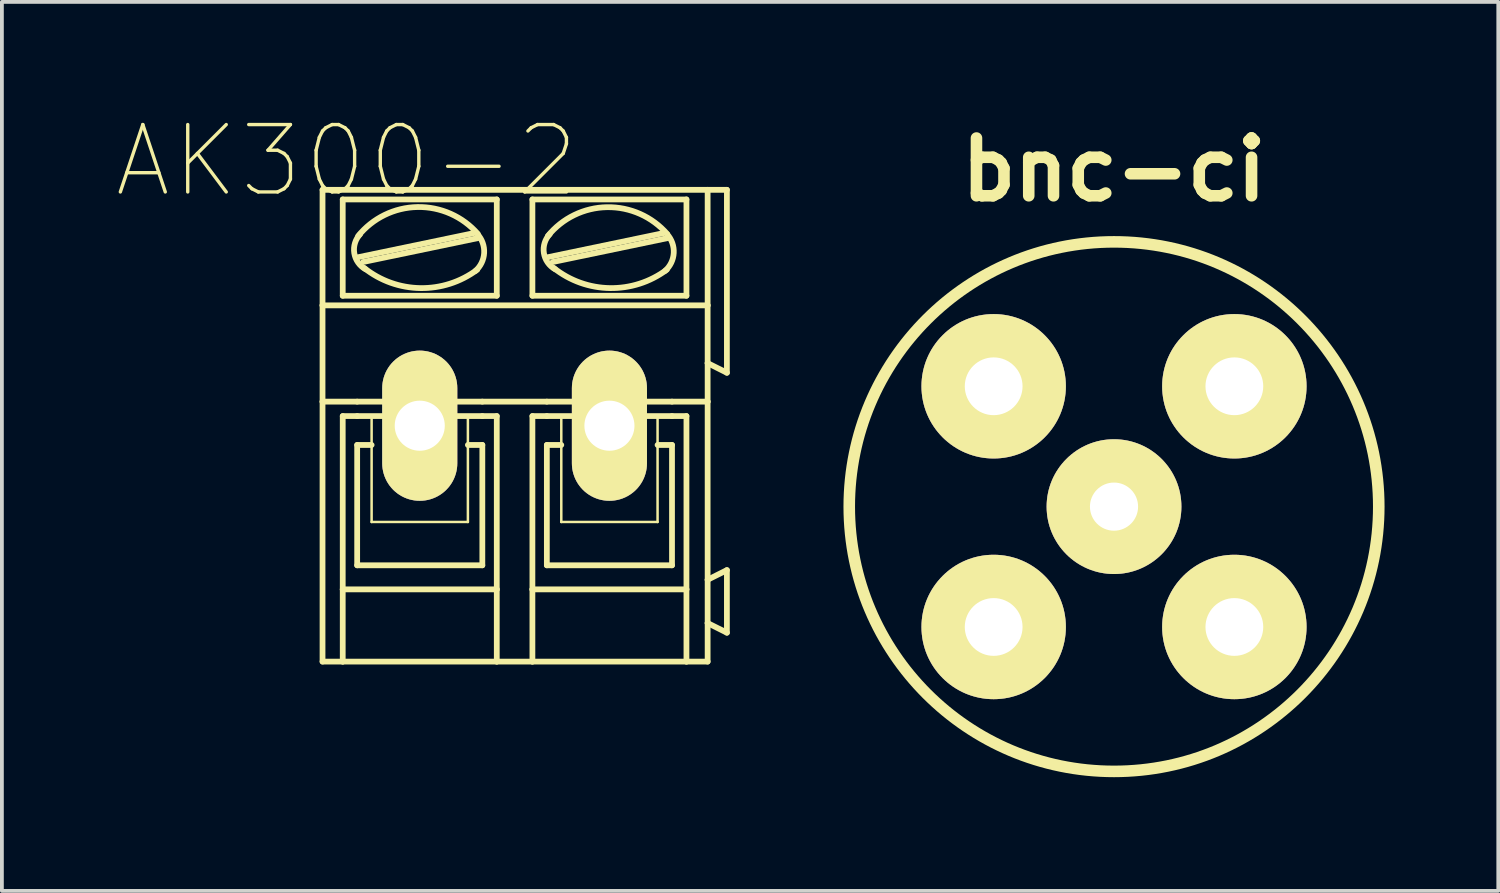
<source format=kicad_pcb>
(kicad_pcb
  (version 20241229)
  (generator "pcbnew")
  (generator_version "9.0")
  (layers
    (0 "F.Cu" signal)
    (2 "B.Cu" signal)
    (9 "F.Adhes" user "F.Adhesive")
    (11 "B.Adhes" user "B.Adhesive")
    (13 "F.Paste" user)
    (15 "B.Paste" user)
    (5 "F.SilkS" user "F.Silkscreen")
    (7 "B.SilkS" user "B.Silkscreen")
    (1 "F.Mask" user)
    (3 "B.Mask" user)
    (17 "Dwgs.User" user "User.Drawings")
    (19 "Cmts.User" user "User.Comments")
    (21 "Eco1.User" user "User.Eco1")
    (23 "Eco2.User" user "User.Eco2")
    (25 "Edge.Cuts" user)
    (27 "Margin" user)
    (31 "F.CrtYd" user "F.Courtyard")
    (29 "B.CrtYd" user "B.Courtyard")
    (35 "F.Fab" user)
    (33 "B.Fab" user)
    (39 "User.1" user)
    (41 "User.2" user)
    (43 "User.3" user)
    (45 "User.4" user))
  (footprint "AK300-2"
    (layer "F.Cu")
    (at 10.539 8.181)
    (property "Reference" "AK300-2" (at -4.445 -6.985 0) (layer "F.SilkS") (effects (font (size 1.778 1.778) (thickness 0.089))))
    (attr exclude_from_pos_files exclude_from_bom)
    (fp_line (start -5.08 -3.175) (end -5.08 -6.223) (stroke (width 0.152) (type solid)) (layer "F.SilkS"))
    (fp_line (start -5.08 -3.175) (end 5.08 -3.175) (stroke (width 0.152) (type solid)) (layer "F.SilkS"))
    (fp_line (start -5.08 -0.635) (end -5.08 -3.175) (stroke (width 0.152) (type solid)) (layer "F.SilkS"))
    (fp_line (start -5.08 -0.635) (end -4.166 -0.635) (stroke (width 0.152) (type solid)) (layer "F.SilkS"))
    (fp_line (start -5.08 6.223) (end -5.08 -0.635) (stroke (width 0.152) (type solid)) (layer "F.SilkS"))
    (fp_line (start -5.08 6.223) (end -4.547 6.223) (stroke (width 0.152) (type solid)) (layer "F.SilkS"))
    (fp_line (start -4.547 -3.429) (end -4.547 -5.969) (stroke (width 0.152) (type solid)) (layer "F.SilkS"))
    (fp_line (start -4.547 -0.254) (end -4.547 4.318) (stroke (width 0.152) (type solid)) (layer "F.SilkS"))
    (fp_line (start -4.547 -0.254) (end -4.166 -0.254) (stroke (width 0.152) (type solid)) (layer "F.SilkS"))
    (fp_line (start -4.547 4.318) (end -4.547 6.223) (stroke (width 0.152) (type solid)) (layer "F.SilkS"))
    (fp_line (start -4.547 6.223) (end -0.483 6.223) (stroke (width 0.152) (type solid)) (layer "F.SilkS"))
    (fp_line (start -4.166 -0.635) (end -0.864 -0.635) (stroke (width 0.152) (type solid)) (layer "F.SilkS"))
    (fp_line (start -4.166 0.508) (end -3.785 0.508) (stroke (width 0.152) (type solid)) (layer "F.SilkS"))
    (fp_line (start -4.166 3.683) (end -4.166 0.508) (stroke (width 0.152) (type solid)) (layer "F.SilkS"))
    (fp_line (start -4.14 -4.445) (end -1.09 -5.08) (stroke (width 0.152) (type solid)) (layer "F.SilkS"))
    (fp_line (start -4.013 -4.318) (end -0.965 -4.953) (stroke (width 0.152) (type solid)) (layer "F.SilkS"))
    (fp_line (start -3.785 -0.254) (end -1.245 -0.254) (stroke (width 0.066) (type solid)) (layer "F.SilkS"))
    (fp_line (start -3.785 2.54) (end -3.785 -0.254) (stroke (width 0.066) (type solid)) (layer "F.SilkS"))
    (fp_line (start -3.785 2.54) (end -1.245 2.54) (stroke (width 0.066) (type solid)) (layer "F.SilkS"))
    (fp_line (start -1.245 2.54) (end -1.245 -0.254) (stroke (width 0.066) (type solid)) (layer "F.SilkS"))
    (fp_line (start -0.864 -0.635) (end 0.838 -0.635) (stroke (width 0.152) (type solid)) (layer "F.SilkS"))
    (fp_line (start -0.864 -0.254) (end -4.166 -0.254) (stroke (width 0.152) (type solid)) (layer "F.SilkS"))
    (fp_line (start -0.864 0.508) (end -1.245 0.508) (stroke (width 0.152) (type solid)) (layer "F.SilkS"))
    (fp_line (start -0.864 3.683) (end -4.166 3.683) (stroke (width 0.152) (type solid)) (layer "F.SilkS"))
    (fp_line (start -0.864 3.683) (end -0.864 0.508) (stroke (width 0.152) (type solid)) (layer "F.SilkS"))
    (fp_line (start -0.483 -5.969) (end -4.547 -5.969) (stroke (width 0.152) (type solid)) (layer "F.SilkS"))
    (fp_line (start -0.483 -3.429) (end -4.547 -3.429) (stroke (width 0.152) (type solid)) (layer "F.SilkS"))
    (fp_line (start -0.483 -3.429) (end -0.483 -5.969) (stroke (width 0.152) (type solid)) (layer "F.SilkS"))
    (fp_line (start -0.483 -0.254) (end -0.864 -0.254) (stroke (width 0.152) (type solid)) (layer "F.SilkS"))
    (fp_line (start -0.483 4.318) (end -4.547 4.318) (stroke (width 0.152) (type solid)) (layer "F.SilkS"))
    (fp_line (start -0.483 4.318) (end -0.483 -0.254) (stroke (width 0.152) (type solid)) (layer "F.SilkS"))
    (fp_line (start -0.483 6.223) (end -0.483 4.318) (stroke (width 0.152) (type solid)) (layer "F.SilkS"))
    (fp_line (start -0.483 6.223) (end 0.457 6.223) (stroke (width 0.152) (type solid)) (layer "F.SilkS"))
    (fp_line (start 0.457 -5.969) (end 4.521 -5.969) (stroke (width 0.152) (type solid)) (layer "F.SilkS"))
    (fp_line (start 0.457 -3.429) (end 0.457 -5.969) (stroke (width 0.152) (type solid)) (layer "F.SilkS"))
    (fp_line (start 0.457 -0.254) (end 0.838 -0.254) (stroke (width 0.152) (type solid)) (layer "F.SilkS"))
    (fp_line (start 0.457 4.318) (end 0.457 -0.254) (stroke (width 0.152) (type solid)) (layer "F.SilkS"))
    (fp_line (start 0.457 4.318) (end 4.521 4.318) (stroke (width 0.152) (type solid)) (layer "F.SilkS"))
    (fp_line (start 0.457 6.223) (end 0.457 4.318) (stroke (width 0.152) (type solid)) (layer "F.SilkS"))
    (fp_line (start 0.457 6.223) (end 4.521 6.223) (stroke (width 0.152) (type solid)) (layer "F.SilkS"))
    (fp_line (start 0.838 -0.254) (end 4.14 -0.254) (stroke (width 0.152) (type solid)) (layer "F.SilkS"))
    (fp_line (start 0.838 0.508) (end 1.219 0.508) (stroke (width 0.152) (type solid)) (layer "F.SilkS"))
    (fp_line (start 0.838 3.683) (end 0.838 0.508) (stroke (width 0.152) (type solid)) (layer "F.SilkS"))
    (fp_line (start 0.864 -4.445) (end 3.912 -5.08) (stroke (width 0.152) (type solid)) (layer "F.SilkS"))
    (fp_line (start 0.991 -4.318) (end 4.039 -4.953) (stroke (width 0.152) (type solid)) (layer "F.SilkS"))
    (fp_line (start 1.219 -0.254) (end 3.759 -0.254) (stroke (width 0.066) (type solid)) (layer "F.SilkS"))
    (fp_line (start 1.219 2.54) (end 1.219 -0.254) (stroke (width 0.066) (type solid)) (layer "F.SilkS"))
    (fp_line (start 1.219 2.54) (end 3.759 2.54) (stroke (width 0.066) (type solid)) (layer "F.SilkS"))
    (fp_line (start 3.759 2.54) (end 3.759 -0.254) (stroke (width 0.066) (type solid)) (layer "F.SilkS"))
    (fp_line (start 4.14 -0.635) (end 0.838 -0.635) (stroke (width 0.152) (type solid)) (layer "F.SilkS"))
    (fp_line (start 4.14 0.508) (end 3.759 0.508) (stroke (width 0.152) (type solid)) (layer "F.SilkS"))
    (fp_line (start 4.14 3.683) (end 0.838 3.683) (stroke (width 0.152) (type solid)) (layer "F.SilkS"))
    (fp_line (start 4.14 3.683) (end 4.14 0.508) (stroke (width 0.152) (type solid)) (layer "F.SilkS"))
    (fp_line (start 4.521 -5.969) (end 4.521 -3.429) (stroke (width 0.152) (type solid)) (layer "F.SilkS"))
    (fp_line (start 4.521 -3.429) (end 0.457 -3.429) (stroke (width 0.152) (type solid)) (layer "F.SilkS"))
    (fp_line (start 4.521 -0.254) (end 4.14 -0.254) (stroke (width 0.152) (type solid)) (layer "F.SilkS"))
    (fp_line (start 4.521 -0.254) (end 4.521 4.318) (stroke (width 0.152) (type solid)) (layer "F.SilkS"))
    (fp_line (start 4.521 4.318) (end 4.521 6.223) (stroke (width 0.152) (type solid)) (layer "F.SilkS"))
    (fp_line (start 4.521 6.223) (end 5.08 6.223) (stroke (width 0.152) (type solid)) (layer "F.SilkS"))
    (fp_line (start 5.08 -6.223) (end -5.08 -6.223) (stroke (width 0.152) (type solid)) (layer "F.SilkS"))
    (fp_line (start 5.08 -6.223) (end 5.08 -3.175) (stroke (width 0.152) (type solid)) (layer "F.SilkS"))
    (fp_line (start 5.08 -6.223) (end 5.588 -6.223) (stroke (width 0.152) (type solid)) (layer "F.SilkS"))
    (fp_line (start 5.08 -3.175) (end 5.08 -1.651) (stroke (width 0.152) (type solid)) (layer "F.SilkS"))
    (fp_line (start 5.08 -1.651) (end 5.08 -0.635) (stroke (width 0.152) (type solid)) (layer "F.SilkS"))
    (fp_line (start 5.08 -0.635) (end 4.14 -0.635) (stroke (width 0.152) (type solid)) (layer "F.SilkS"))
    (fp_line (start 5.08 -0.635) (end 5.08 4.064) (stroke (width 0.152) (type solid)) (layer "F.SilkS"))
    (fp_line (start 5.08 4.064) (end 5.08 5.207) (stroke (width 0.152) (type solid)) (layer "F.SilkS"))
    (fp_line (start 5.08 5.207) (end 5.08 6.223) (stroke (width 0.152) (type solid)) (layer "F.SilkS"))
    (fp_line (start 5.588 -6.223) (end 5.588 -1.397) (stroke (width 0.152) (type solid)) (layer "F.SilkS"))
    (fp_line (start 5.588 -1.397) (end 5.08 -1.651) (stroke (width 0.152) (type solid)) (layer "F.SilkS"))
    (fp_line (start 5.588 3.81) (end 5.08 4.064) (stroke (width 0.152) (type solid)) (layer "F.SilkS"))
    (fp_line (start 5.588 3.81) (end 5.588 5.461) (stroke (width 0.152) (type solid)) (layer "F.SilkS"))
    (fp_line (start 5.588 5.461) (end 5.08 5.207) (stroke (width 0.152) (type solid)) (layer "F.SilkS"))
    (fp_arc (start -4.1402 -5.0038) (mid -2.575347 -5.768837) (end -0.983427 -5.061847) (stroke (width 0.1524) (type solid)) (layer "F.SilkS"))
    (fp_arc (start -3.94462 -4.1275) (mid -4.242784 -4.553845) (end -4.08952 -5.051019) (stroke (width 0.1524) (type solid)) (layer "F.SilkS"))
    (fp_arc (start -0.99822 -4.11734) (mid -2.500269 -3.630479) (end -3.985988 -4.165104) (stroke (width 0.1524) (type solid)) (layer "F.SilkS"))
    (fp_arc (start -0.9906 -5.05206) (mid -0.816264 -4.555962) (end -1.04585 -4.08289) (stroke (width 0.1524) (type solid)) (layer "F.SilkS"))
    (fp_arc (start 0.8636 -5.0038) (mid 2.426638 -5.764946) (end 4.014411 -5.056844) (stroke (width 0.1524) (type solid)) (layer "F.SilkS"))
    (fp_arc (start 1.05664 -4.1275) (mid 0.759456 -4.555849) (end 0.914903 -5.053481) (stroke (width 0.1524) (type solid)) (layer "F.SilkS"))
    (fp_arc (start 4.00304 -4.11734) (mid 2.500991 -3.630479) (end 1.015272 -4.165104) (stroke (width 0.1524) (type solid)) (layer "F.SilkS"))
    (fp_arc (start 4.01066 -5.05206) (mid 4.185748 -4.557765) (end 3.957972 -4.085429) (stroke (width 0.1524) (type solid)) (layer "F.SilkS"))
    (pad "1" thru_hole oval (at -2.515 0) (size 1.981 3.962) (drill 1.321) (layers "*.Cu" "F.Mask" "F.SilkS" "F.Paste"))
    (pad "2" thru_hole oval (at 2.489 0) (size 1.981 3.962) (drill 1.321) (layers "*.Cu" "F.Mask" "F.SilkS" "F.Paste")))
  (footprint "bnc-ci"
    (layer "F.Cu")
    (at 26.34 10.316)
    (property "Reference" "bnc-ci" (at 0 -8.89 0) (layer "F.SilkS") (effects (font (size 1.524 1.524) (thickness 0.305))))
    (attr through_hole)
    (fp_circle (center 0 0) (end -6.985 0) (stroke (width 0.305) (type solid)) (fill no) (layer "F.SilkS"))
    (pad "1" thru_hole circle (at 0 0) (size 3.556 3.556) (drill 1.27) (layers "*.Cu" "*.Mask" "F.SilkS"))
    (pad "2" thru_hole circle (at -3.175 -3.175) (size 3.81 3.81) (drill 1.524) (layers "*.Cu" "*.Mask" "F.SilkS"))
    (pad "2" thru_hole circle (at -3.175 3.175) (size 3.81 3.81) (drill 1.524) (layers "*.Cu" "*.Mask" "F.SilkS"))
    (pad "2" thru_hole circle (at 3.175 -3.175) (size 3.81 3.81) (drill 1.524) (layers "*.Cu" "*.Mask" "F.SilkS"))
    (pad "2" thru_hole circle (at 3.175 3.175) (size 3.81 3.81) (drill 1.524) (layers "*.Cu" "*.Mask" "F.SilkS")))
  (gr_rect
    (start -3 -3)
    (end 36.478 20.454)
    (stroke (width 0.1) (type default))
    (fill no)
    (layer "Edge.Cuts")))
</source>
